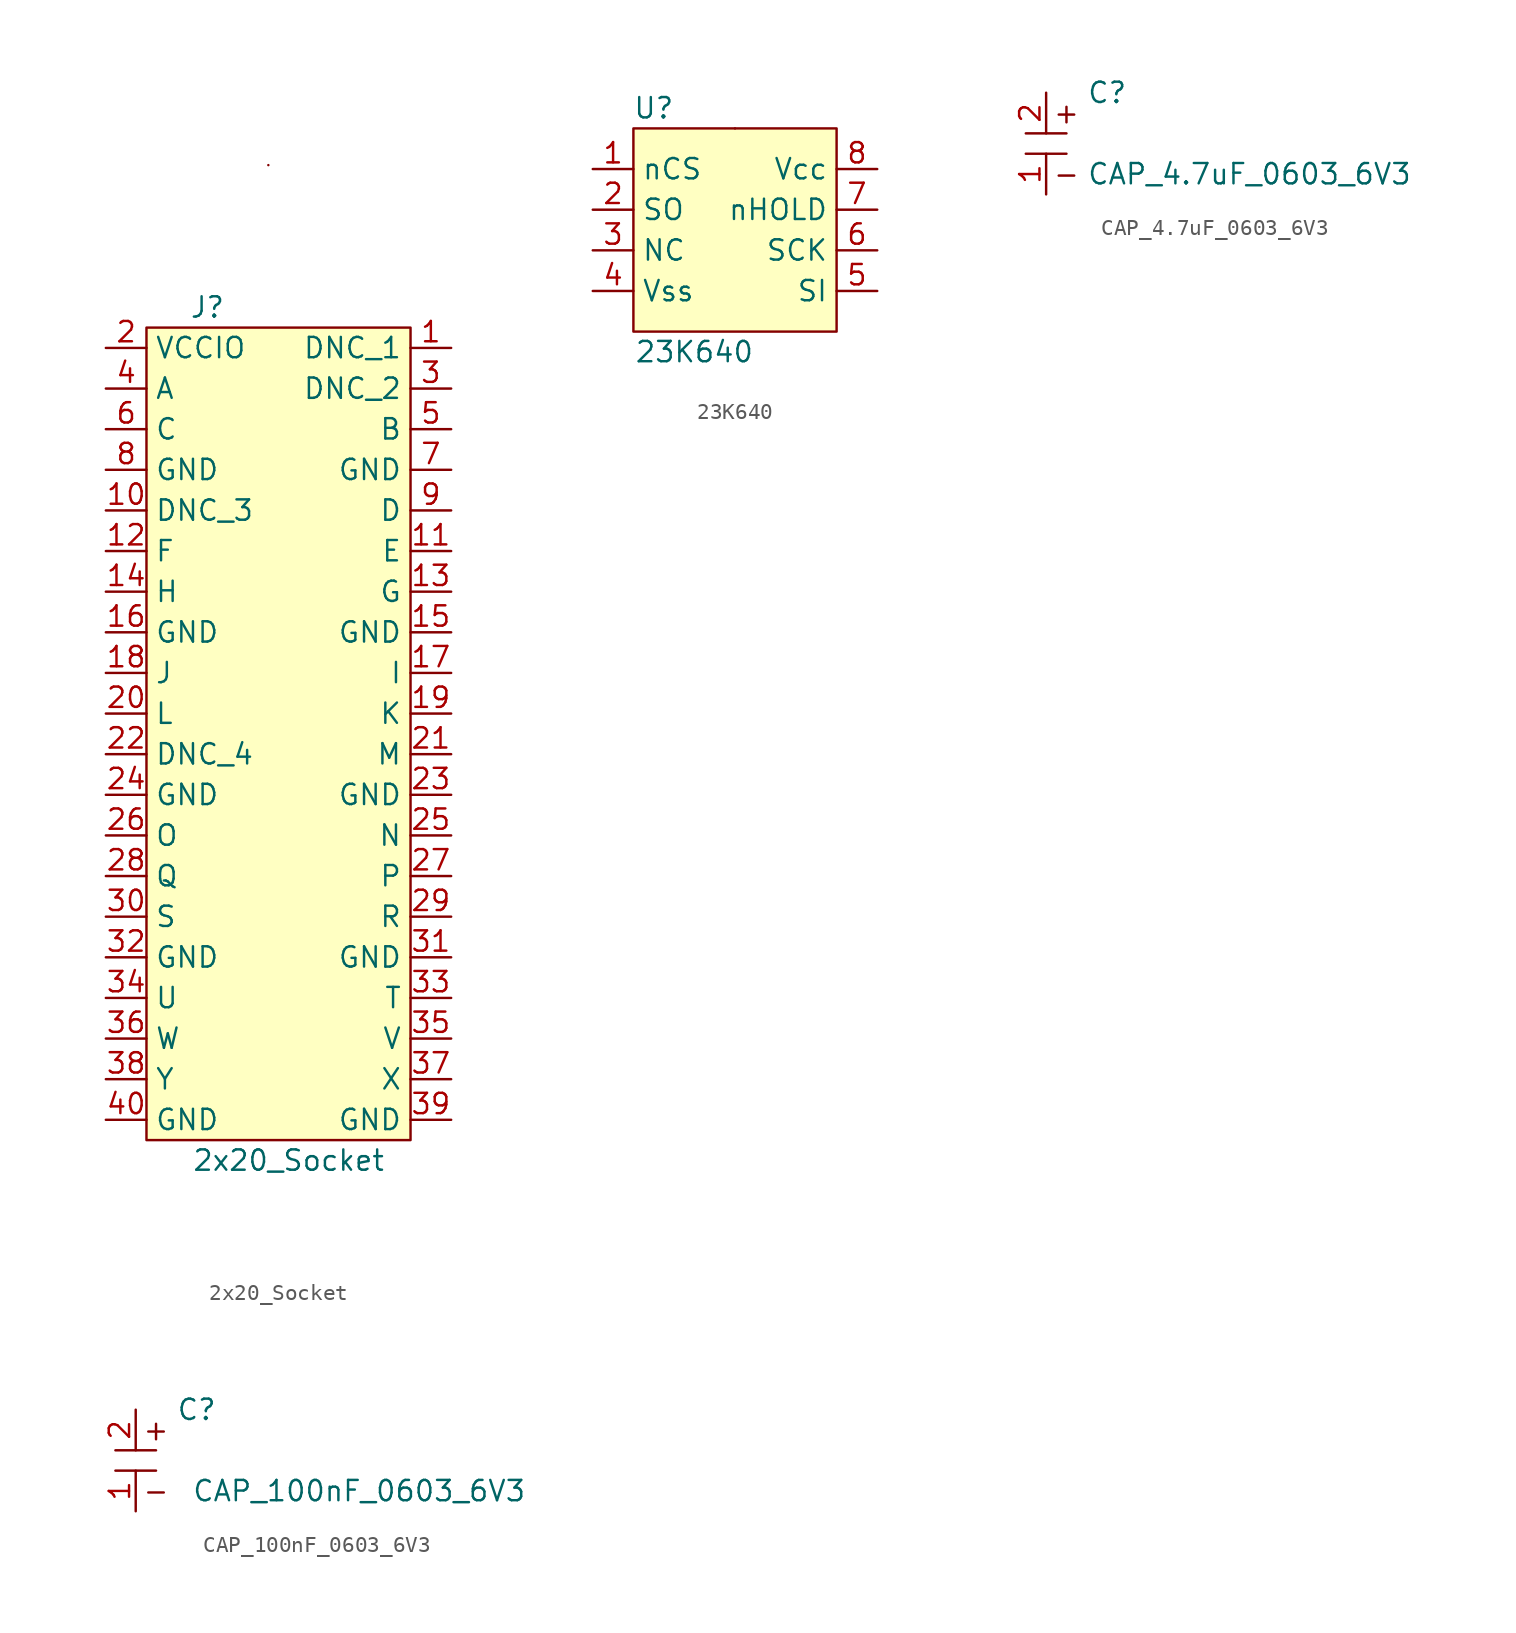
<source format=kicad_sym>
(kicad_symbol_lib
  (version 20211014)
  (generator kicad_symbol_editor)
  (symbol "2x20_Socket"
    (property "Reference" "J"
      (at -15.24 2.54 0)
      (effects (font (size 1.27 1.27))))
    (property "Value" "2x20_Socket"
      (at -10.16 -50.8 0)
      (effects (font (size 1.27 1.27))))
    (symbol "2x20_Socket_0_1"
      (rectangle (start -19.05 1.27) (end -2.54 -49.53) (stroke (width 0) (type default) (color 0 0 0 0)) (fill (type background)))
      (rectangle (start -11.43 11.43) (end -11.43 11.43) (stroke (width 0) (type default) (color 0 0 0 0)) (fill (type none))))
    (symbol "2x20_Socket_1_1"
      (pin free line (at 0 0 180) (length 2.54) (name "DNC_1" (effects (font (size 1.27 1.27)))) (number "1" (effects (font (size 1.27 1.27)))))
      (pin free line (at -21.59 -10.16 0) (length 2.54) (name "DNC_3" (effects (font (size 1.27 1.27)))) (number "10" (effects (font (size 1.27 1.27)))))
      (pin bidirectional line (at 0 -12.7 180) (length 2.54) (name "E" (effects (font (size 1.27 1.27)))) (number "11" (effects (font (size 1.27 1.27)))))
      (pin bidirectional line (at -21.59 -12.7 0) (length 2.54) (name "F" (effects (font (size 1.27 1.27)))) (number "12" (effects (font (size 1.27 1.27)))))
      (pin bidirectional line (at 0 -15.24 180) (length 2.54) (name "G" (effects (font (size 1.27 1.27)))) (number "13" (effects (font (size 1.27 1.27)))))
      (pin bidirectional line (at -21.59 -15.24 0) (length 2.54) (name "H" (effects (font (size 1.27 1.27)))) (number "14" (effects (font (size 1.27 1.27)))))
      (pin power_in line (at 0 -17.78 180) (length 2.54) (name "GND" (effects (font (size 1.27 1.27)))) (number "15" (effects (font (size 1.27 1.27)))))
      (pin power_in line (at -21.59 -17.78 0) (length 2.54) (name "GND" (effects (font (size 1.27 1.27)))) (number "16" (effects (font (size 1.27 1.27)))))
      (pin bidirectional line (at 0 -20.32 180) (length 2.54) (name "I" (effects (font (size 1.27 1.27)))) (number "17" (effects (font (size 1.27 1.27)))))
      (pin bidirectional line (at -21.59 -20.32 0) (length 2.54) (name "J" (effects (font (size 1.27 1.27)))) (number "18" (effects (font (size 1.27 1.27)))))
      (pin bidirectional line (at 0 -22.86 180) (length 2.54) (name "K" (effects (font (size 1.27 1.27)))) (number "19" (effects (font (size 1.27 1.27)))))
      (pin bidirectional line (at -21.59 0 0) (length 2.54) (name "VCCIO" (effects (font (size 1.27 1.27)))) (number "2" (effects (font (size 1.27 1.27)))))
      (pin bidirectional line (at -21.59 -22.86 0) (length 2.54) (name "L" (effects (font (size 1.27 1.27)))) (number "20" (effects (font (size 1.27 1.27)))))
      (pin bidirectional line (at 0 -25.4 180) (length 2.54) (name "M" (effects (font (size 1.27 1.27)))) (number "21" (effects (font (size 1.27 1.27)))))
      (pin free line (at -21.59 -25.4 0) (length 2.54) (name "DNC_4" (effects (font (size 1.27 1.27)))) (number "22" (effects (font (size 1.27 1.27)))))
      (pin power_in line (at 0 -27.94 180) (length 2.54) (name "GND" (effects (font (size 1.27 1.27)))) (number "23" (effects (font (size 1.27 1.27)))))
      (pin power_in line (at -21.59 -27.94 0) (length 2.54) (name "GND" (effects (font (size 1.27 1.27)))) (number "24" (effects (font (size 1.27 1.27)))))
      (pin bidirectional line (at 0 -30.48 180) (length 2.54) (name "N" (effects (font (size 1.27 1.27)))) (number "25" (effects (font (size 1.27 1.27)))))
      (pin bidirectional line (at -21.59 -30.48 0) (length 2.54) (name "O" (effects (font (size 1.27 1.27)))) (number "26" (effects (font (size 1.27 1.27)))))
      (pin bidirectional line (at 0 -33.02 180) (length 2.54) (name "P" (effects (font (size 1.27 1.27)))) (number "27" (effects (font (size 1.27 1.27)))))
      (pin bidirectional line (at -21.59 -33.02 0) (length 2.54) (name "Q" (effects (font (size 1.27 1.27)))) (number "28" (effects (font (size 1.27 1.27)))))
      (pin bidirectional line (at 0 -35.56 180) (length 2.54) (name "R" (effects (font (size 1.27 1.27)))) (number "29" (effects (font (size 1.27 1.27)))))
      (pin free line (at 0 -2.54 180) (length 2.54) (name "DNC_2" (effects (font (size 1.27 1.27)))) (number "3" (effects (font (size 1.27 1.27)))))
      (pin bidirectional line (at -21.59 -35.56 0) (length 2.54) (name "S" (effects (font (size 1.27 1.27)))) (number "30" (effects (font (size 1.27 1.27)))))
      (pin power_in line (at 0 -38.1 180) (length 2.54) (name "GND" (effects (font (size 1.27 1.27)))) (number "31" (effects (font (size 1.27 1.27)))))
      (pin power_in line (at -21.59 -38.1 0) (length 2.54) (name "GND" (effects (font (size 1.27 1.27)))) (number "32" (effects (font (size 1.27 1.27)))))
      (pin bidirectional line (at 0 -40.64 180) (length 2.54) (name "T" (effects (font (size 1.27 1.27)))) (number "33" (effects (font (size 1.27 1.27)))))
      (pin bidirectional line (at -21.59 -40.64 0) (length 2.54) (name "U" (effects (font (size 1.27 1.27)))) (number "34" (effects (font (size 1.27 1.27)))))
      (pin bidirectional line (at 0 -43.18 180) (length 2.54) (name "V" (effects (font (size 1.27 1.27)))) (number "35" (effects (font (size 1.27 1.27)))))
      (pin bidirectional line (at -21.59 -43.18 0) (length 2.54) (name "W" (effects (font (size 1.27 1.27)))) (number "36" (effects (font (size 1.27 1.27)))))
      (pin bidirectional line (at 0 -45.72 180) (length 2.54) (name "X" (effects (font (size 1.27 1.27)))) (number "37" (effects (font (size 1.27 1.27)))))
      (pin bidirectional line (at -21.59 -45.72 0) (length 2.54) (name "Y" (effects (font (size 1.27 1.27)))) (number "38" (effects (font (size 1.27 1.27)))))
      (pin power_in line (at 0 -48.26 180) (length 2.54) (name "GND" (effects (font (size 1.27 1.27)))) (number "39" (effects (font (size 1.27 1.27)))))
      (pin bidirectional line (at -21.59 -2.54 0) (length 2.54) (name "A" (effects (font (size 1.27 1.27)))) (number "4" (effects (font (size 1.27 1.27)))))
      (pin power_in line (at -21.59 -48.26 0) (length 2.54) (name "GND" (effects (font (size 1.27 1.27)))) (number "40" (effects (font (size 1.27 1.27)))))
      (pin bidirectional line (at 0 -5.08 180) (length 2.54) (name "B" (effects (font (size 1.27 1.27)))) (number "5" (effects (font (size 1.27 1.27)))))
      (pin bidirectional line (at -21.59 -5.08 0) (length 2.54) (name "C" (effects (font (size 1.27 1.27)))) (number "6" (effects (font (size 1.27 1.27)))))
      (pin power_in line (at 0 -7.62 180) (length 2.54) (name "GND" (effects (font (size 1.27 1.27)))) (number "7" (effects (font (size 1.27 1.27)))))
      (pin power_in line (at -21.59 -7.62 0) (length 2.54) (name "GND" (effects (font (size 1.27 1.27)))) (number "8" (effects (font (size 1.27 1.27)))))
      (pin bidirectional line (at 0 -10.16 180) (length 2.54) (name "D" (effects (font (size 1.27 1.27)))) (number "9" (effects (font (size 1.27 1.27)))))))
  (symbol "23K640"
    (property "Reference" "U"
      (at 3.81 3.81 0)
      (effects (font (size 1.27 1.27))))
    (property "Value" "23K640"
      (at 6.35 -11.43 0)
      (effects (font (size 1.27 1.27))))
    (symbol "23K640_0_1"
      (rectangle (start 2.54 -10.16) (end 15.24 2.54) (stroke (width 0) (type default) (color 0 0 0 0)) (fill (type background)))
      (rectangle (start 8.89 2.54) (end 8.89 2.54) (stroke (width 0) (type default) (color 0 0 0 0)) (fill (type none))))
    (symbol "23K640_1_1"
      (pin input line (at 0 0 0) (length 2.54) (name "nCS" (effects (font (size 1.27 1.27)))) (number "1" (effects (font (size 1.27 1.27)))))
      (pin output line (at 0 -2.54 0) (length 2.54) (name "SO" (effects (font (size 1.27 1.27)))) (number "2" (effects (font (size 1.27 1.27)))))
      (pin free line (at 0 -5.08 0) (length 2.54) (name "NC" (effects (font (size 1.27 1.27)))) (number "3" (effects (font (size 1.27 1.27)))))
      (pin power_in line (at 0 -7.62 0) (length 2.54) (name "Vss" (effects (font (size 1.27 1.27)))) (number "4" (effects (font (size 1.27 1.27)))))
      (pin input line (at 17.78 -7.62 180) (length 2.54) (name "SI" (effects (font (size 1.27 1.27)))) (number "5" (effects (font (size 1.27 1.27)))))
      (pin input line (at 17.78 -5.08 180) (length 2.54) (name "SCK" (effects (font (size 1.27 1.27)))) (number "6" (effects (font (size 1.27 1.27)))))
      (pin input line (at 17.78 -2.54 180) (length 2.54) (name "nHOLD" (effects (font (size 1.27 1.27)))) (number "7" (effects (font (size 1.27 1.27)))))
      (pin power_in line (at 17.78 0 180) (length 2.54) (name "Vcc" (effects (font (size 1.27 1.27)))) (number "8" (effects (font (size 1.27 1.27)))))))
  (symbol "CAP_4.7uF_0603_6V3"
    (property "Reference" "C"
      (at 3.81 3.81 0)
      (effects (font (size 1.27 1.27))))
    (property "Value" "CAP_4.7uF_0603_6V3"
      (at 12.7 -1.27 0)
      (effects (font (size 1.27 1.27))))
    (symbol "CAP_4.7uF_0603_6V3_0_0"
      (rectangle (start -1.27 0) (end 1.27 0) (stroke (width 0) (type default) (color 0 0 0 0)) (fill (type none)))
      (rectangle (start -1.27 1.27) (end 1.27 1.27) (stroke (width 0) (type default) (color 0 0 0 0)) (fill (type none)))
      (text "+" (at 1.27 2.54 0) (effects (font (size 1.27 1.27))))
      (text "-" (at 1.27 -1.27 0) (effects (font (size 1.27 1.27)))))
    (symbol "CAP_4.7uF_0603_6V3_1_1"
      (pin power_in line (at 0 -2.54 90) (length 2.54) (name "" (effects (font (size 1.27 1.27)))) (number "1" (effects (font (size 1.27 1.27)))))
      (pin power_in line (at 0 3.81 270) (length 2.54) (name "" (effects (font (size 1.27 1.27)))) (number "2" (effects (font (size 1.27 1.27)))))))
  (symbol "CAP_100nF_0603_6V3"
    (property "Reference" "C"
      (at 3.81 3.81 0)
      (effects (font (size 1.27 1.27))))
    (property "Value" "CAP_100nF_0603_6V3"
      (at 13.97 -1.27 0)
      (effects (font (size 1.27 1.27))))
    (symbol "CAP_100nF_0603_6V3_0_0"
      (text "+" (at 1.27 2.54 0) (effects (font (size 1.27 1.27))))
      (text "-" (at 1.27 -1.27 0) (effects (font (size 1.27 1.27)))))
    (symbol "CAP_100nF_0603_6V3_0_1"
      (rectangle (start -1.27 0) (end 1.27 0) (stroke (width 0) (type default) (color 0 0 0 0)) (fill (type none)))
      (rectangle (start -1.27 1.27) (end 1.27 1.27) (stroke (width 0) (type default) (color 0 0 0 0)) (fill (type none))))
    (symbol "CAP_100nF_0603_6V3_1_1"
      (pin power_in line (at 0 -2.54 90) (length 2.54) (name "" (effects (font (size 1.27 1.27)))) (number "1" (effects (font (size 1.27 1.27)))))
      (pin power_in line (at 0 3.81 270) (length 2.54) (name "" (effects (font (size 1.27 1.27)))) (number "2" (effects (font (size 1.27 1.27))))))))
</source>
